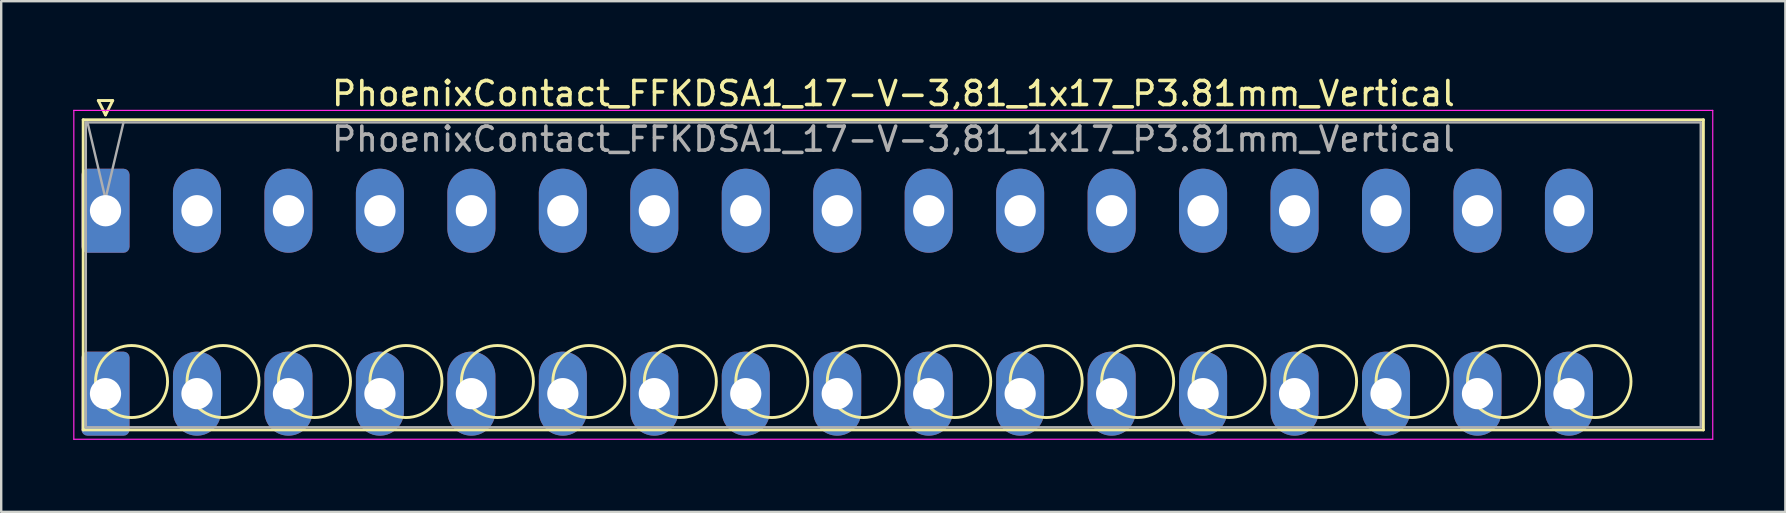
<source format=kicad_pcb>
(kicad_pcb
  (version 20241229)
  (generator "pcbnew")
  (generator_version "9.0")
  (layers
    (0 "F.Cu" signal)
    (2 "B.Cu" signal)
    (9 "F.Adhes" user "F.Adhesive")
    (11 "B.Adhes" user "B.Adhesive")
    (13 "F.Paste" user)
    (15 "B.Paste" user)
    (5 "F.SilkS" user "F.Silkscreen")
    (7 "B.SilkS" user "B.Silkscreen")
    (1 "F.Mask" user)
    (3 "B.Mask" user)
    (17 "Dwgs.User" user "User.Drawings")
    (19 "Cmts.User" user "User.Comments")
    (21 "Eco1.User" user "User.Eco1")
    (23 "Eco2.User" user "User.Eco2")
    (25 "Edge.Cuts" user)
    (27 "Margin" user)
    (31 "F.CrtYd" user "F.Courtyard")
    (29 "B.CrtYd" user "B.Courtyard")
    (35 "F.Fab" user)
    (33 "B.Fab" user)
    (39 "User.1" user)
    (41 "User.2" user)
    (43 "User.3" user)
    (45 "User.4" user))
  (footprint "PhoenixContact_FFKDSA1_17-V-3,81_1x17_P3.81mm_Vertical"
    (layer "F.Cu")
    (at 1.345 5.728)
    (property "Reference" "PhoenixContact_FFKDSA1_17-V-3,81_1x17_P3.81mm_Vertical" (at 32.82 -4.88 0) (layer "F.SilkS") (effects (font (size 1 1) (thickness 0.15))))
    (attr through_hole)
    (fp_line (start -0.93 -3.79) (end -0.93 9.13) (stroke (width 0.12) (type solid)) (layer "F.SilkS"))
    (fp_line (start -0.93 9.13) (end 66.56 9.13) (stroke (width 0.12) (type solid)) (layer "F.SilkS"))
    (fp_line (start -0.3 -4.59) (end 0.3 -4.59) (stroke (width 0.12) (type solid)) (layer "F.SilkS"))
    (fp_line (start 0 -3.99) (end -0.3 -4.59) (stroke (width 0.12) (type solid)) (layer "F.SilkS"))
    (fp_line (start 0.3 -4.59) (end 0 -3.99) (stroke (width 0.12) (type solid)) (layer "F.SilkS"))
    (fp_line (start 66.56 -3.79) (end -0.93 -3.79) (stroke (width 0.12) (type solid)) (layer "F.SilkS"))
    (fp_line (start 66.56 9.13) (end 66.56 -3.79) (stroke (width 0.12) (type solid)) (layer "F.SilkS"))
    (fp_circle (center 1.085 7.115) (end 2.585 7.115) (stroke (width 0.12) (type solid)) (fill no) (layer "F.SilkS"))
    (fp_circle (center 4.895 7.115) (end 6.395 7.115) (stroke (width 0.12) (type solid)) (fill no) (layer "F.SilkS"))
    (fp_circle (center 8.705 7.115) (end 10.205 7.115) (stroke (width 0.12) (type solid)) (fill no) (layer "F.SilkS"))
    (fp_circle (center 12.515 7.115) (end 14.015 7.115) (stroke (width 0.12) (type solid)) (fill no) (layer "F.SilkS"))
    (fp_circle (center 16.325 7.115) (end 17.825 7.115) (stroke (width 0.12) (type solid)) (fill no) (layer "F.SilkS"))
    (fp_circle (center 20.135 7.115) (end 21.635 7.115) (stroke (width 0.12) (type solid)) (fill no) (layer "F.SilkS"))
    (fp_circle (center 23.945 7.115) (end 25.445 7.115) (stroke (width 0.12) (type solid)) (fill no) (layer "F.SilkS"))
    (fp_circle (center 27.755 7.115) (end 29.255 7.115) (stroke (width 0.12) (type solid)) (fill no) (layer "F.SilkS"))
    (fp_circle (center 31.565 7.115) (end 33.065 7.115) (stroke (width 0.12) (type solid)) (fill no) (layer "F.SilkS"))
    (fp_circle (center 35.375 7.115) (end 36.875 7.115) (stroke (width 0.12) (type solid)) (fill no) (layer "F.SilkS"))
    (fp_circle (center 39.185 7.115) (end 40.685 7.115) (stroke (width 0.12) (type solid)) (fill no) (layer "F.SilkS"))
    (fp_circle (center 42.995 7.115) (end 44.495 7.115) (stroke (width 0.12) (type solid)) (fill no) (layer "F.SilkS"))
    (fp_circle (center 46.805 7.115) (end 48.305 7.115) (stroke (width 0.12) (type solid)) (fill no) (layer "F.SilkS"))
    (fp_circle (center 50.615 7.115) (end 52.115 7.115) (stroke (width 0.12) (type solid)) (fill no) (layer "F.SilkS"))
    (fp_circle (center 54.425 7.115) (end 55.925 7.115) (stroke (width 0.12) (type solid)) (fill no) (layer "F.SilkS"))
    (fp_circle (center 58.235 7.115) (end 59.735 7.115) (stroke (width 0.12) (type solid)) (fill no) (layer "F.SilkS"))
    (fp_circle (center 62.045 7.115) (end 63.545 7.115) (stroke (width 0.12) (type solid)) (fill no) (layer "F.SilkS"))
    (fp_line (start -1.32 -4.18) (end -1.32 9.52) (stroke (width 0.05) (type solid)) (layer "F.CrtYd"))
    (fp_line (start -1.32 9.52) (end 66.95 9.52) (stroke (width 0.05) (type solid)) (layer "F.CrtYd"))
    (fp_line (start 66.95 -4.18) (end -1.32 -4.18) (stroke (width 0.05) (type solid)) (layer "F.CrtYd"))
    (fp_line (start 66.95 9.52) (end 66.95 -4.18) (stroke (width 0.05) (type solid)) (layer "F.CrtYd"))
    (fp_line (start -0.82 -3.68) (end -0.82 9.02) (stroke (width 0.1) (type solid)) (layer "F.Fab"))
    (fp_line (start -0.82 9.02) (end 66.45 9.02) (stroke (width 0.1) (type solid)) (layer "F.Fab"))
    (fp_line (start 0 -0.5) (end -0.75 -3.68) (stroke (width 0.1) (type solid)) (layer "F.Fab"))
    (fp_line (start 0.75 -3.68) (end 0 -0.5) (stroke (width 0.1) (type solid)) (layer "F.Fab"))
    (fp_line (start 66.45 -3.68) (end -0.82 -3.68) (stroke (width 0.1) (type solid)) (layer "F.Fab"))
    (fp_line (start 66.45 9.02) (end 66.45 -3.68) (stroke (width 0.1) (type solid)) (layer "F.Fab"))
    (fp_text user "${REFERENCE}" (at 32.82 -2.98 0) (layer "F.Fab") (effects (font (size 1 1) (thickness 0.15))))
    (pad "1" thru_hole roundrect (at 0 0) (size 2 3.5) (drill 1.3) (layers "*.Cu" "*.Mask") (roundrect_rratio 0.125))
    (pad "1" thru_hole roundrect (at 0 7.62) (size 2 3.5) (drill 1.3) (layers "*.Cu" "*.Mask") (roundrect_rratio 0.125))
    (pad "2" thru_hole oval (at 3.81 0) (size 2 3.5) (drill 1.3) (layers "*.Cu" "*.Mask"))
    (pad "2" thru_hole oval (at 3.81 7.62) (size 2 3.5) (drill 1.3) (layers "*.Cu" "*.Mask"))
    (pad "3" thru_hole oval (at 7.62 0) (size 2 3.5) (drill 1.3) (layers "*.Cu" "*.Mask"))
    (pad "3" thru_hole oval (at 7.62 7.62) (size 2 3.5) (drill 1.3) (layers "*.Cu" "*.Mask"))
    (pad "4" thru_hole oval (at 11.43 0) (size 2 3.5) (drill 1.3) (layers "*.Cu" "*.Mask"))
    (pad "4" thru_hole oval (at 11.43 7.62) (size 2 3.5) (drill 1.3) (layers "*.Cu" "*.Mask"))
    (pad "5" thru_hole oval (at 15.24 0) (size 2 3.5) (drill 1.3) (layers "*.Cu" "*.Mask"))
    (pad "5" thru_hole oval (at 15.24 7.62) (size 2 3.5) (drill 1.3) (layers "*.Cu" "*.Mask"))
    (pad "6" thru_hole oval (at 19.05 0) (size 2 3.5) (drill 1.3) (layers "*.Cu" "*.Mask"))
    (pad "6" thru_hole oval (at 19.05 7.62) (size 2 3.5) (drill 1.3) (layers "*.Cu" "*.Mask"))
    (pad "7" thru_hole oval (at 22.86 0) (size 2 3.5) (drill 1.3) (layers "*.Cu" "*.Mask"))
    (pad "7" thru_hole oval (at 22.86 7.62) (size 2 3.5) (drill 1.3) (layers "*.Cu" "*.Mask"))
    (pad "8" thru_hole oval (at 26.67 0) (size 2 3.5) (drill 1.3) (layers "*.Cu" "*.Mask"))
    (pad "8" thru_hole oval (at 26.67 7.62) (size 2 3.5) (drill 1.3) (layers "*.Cu" "*.Mask"))
    (pad "9" thru_hole oval (at 30.48 0) (size 2 3.5) (drill 1.3) (layers "*.Cu" "*.Mask"))
    (pad "9" thru_hole oval (at 30.48 7.62) (size 2 3.5) (drill 1.3) (layers "*.Cu" "*.Mask"))
    (pad "10" thru_hole oval (at 34.29 0) (size 2 3.5) (drill 1.3) (layers "*.Cu" "*.Mask"))
    (pad "10" thru_hole oval (at 34.29 7.62) (size 2 3.5) (drill 1.3) (layers "*.Cu" "*.Mask"))
    (pad "11" thru_hole oval (at 38.1 0) (size 2 3.5) (drill 1.3) (layers "*.Cu" "*.Mask"))
    (pad "11" thru_hole oval (at 38.1 7.62) (size 2 3.5) (drill 1.3) (layers "*.Cu" "*.Mask"))
    (pad "12" thru_hole oval (at 41.91 0) (size 2 3.5) (drill 1.3) (layers "*.Cu" "*.Mask"))
    (pad "12" thru_hole oval (at 41.91 7.62) (size 2 3.5) (drill 1.3) (layers "*.Cu" "*.Mask"))
    (pad "13" thru_hole oval (at 45.72 0) (size 2 3.5) (drill 1.3) (layers "*.Cu" "*.Mask"))
    (pad "13" thru_hole oval (at 45.72 7.62) (size 2 3.5) (drill 1.3) (layers "*.Cu" "*.Mask"))
    (pad "14" thru_hole oval (at 49.53 0) (size 2 3.5) (drill 1.3) (layers "*.Cu" "*.Mask"))
    (pad "14" thru_hole oval (at 49.53 7.62) (size 2 3.5) (drill 1.3) (layers "*.Cu" "*.Mask"))
    (pad "15" thru_hole oval (at 53.34 0) (size 2 3.5) (drill 1.3) (layers "*.Cu" "*.Mask"))
    (pad "15" thru_hole oval (at 53.34 7.62) (size 2 3.5) (drill 1.3) (layers "*.Cu" "*.Mask"))
    (pad "16" thru_hole oval (at 57.15 0) (size 2 3.5) (drill 1.3) (layers "*.Cu" "*.Mask"))
    (pad "16" thru_hole oval (at 57.15 7.62) (size 2 3.5) (drill 1.3) (layers "*.Cu" "*.Mask"))
    (pad "17" thru_hole oval (at 60.96 0) (size 2 3.5) (drill 1.3) (layers "*.Cu" "*.Mask"))
    (pad "17" thru_hole oval (at 60.96 7.62) (size 2 3.5) (drill 1.3) (layers "*.Cu" "*.Mask")))
  (gr_rect
    (start -3 -3)
    (end 71.32 18.273)
    (stroke (width 0.1) (type default))
    (fill no)
    (layer "Edge.Cuts")))
</source>
